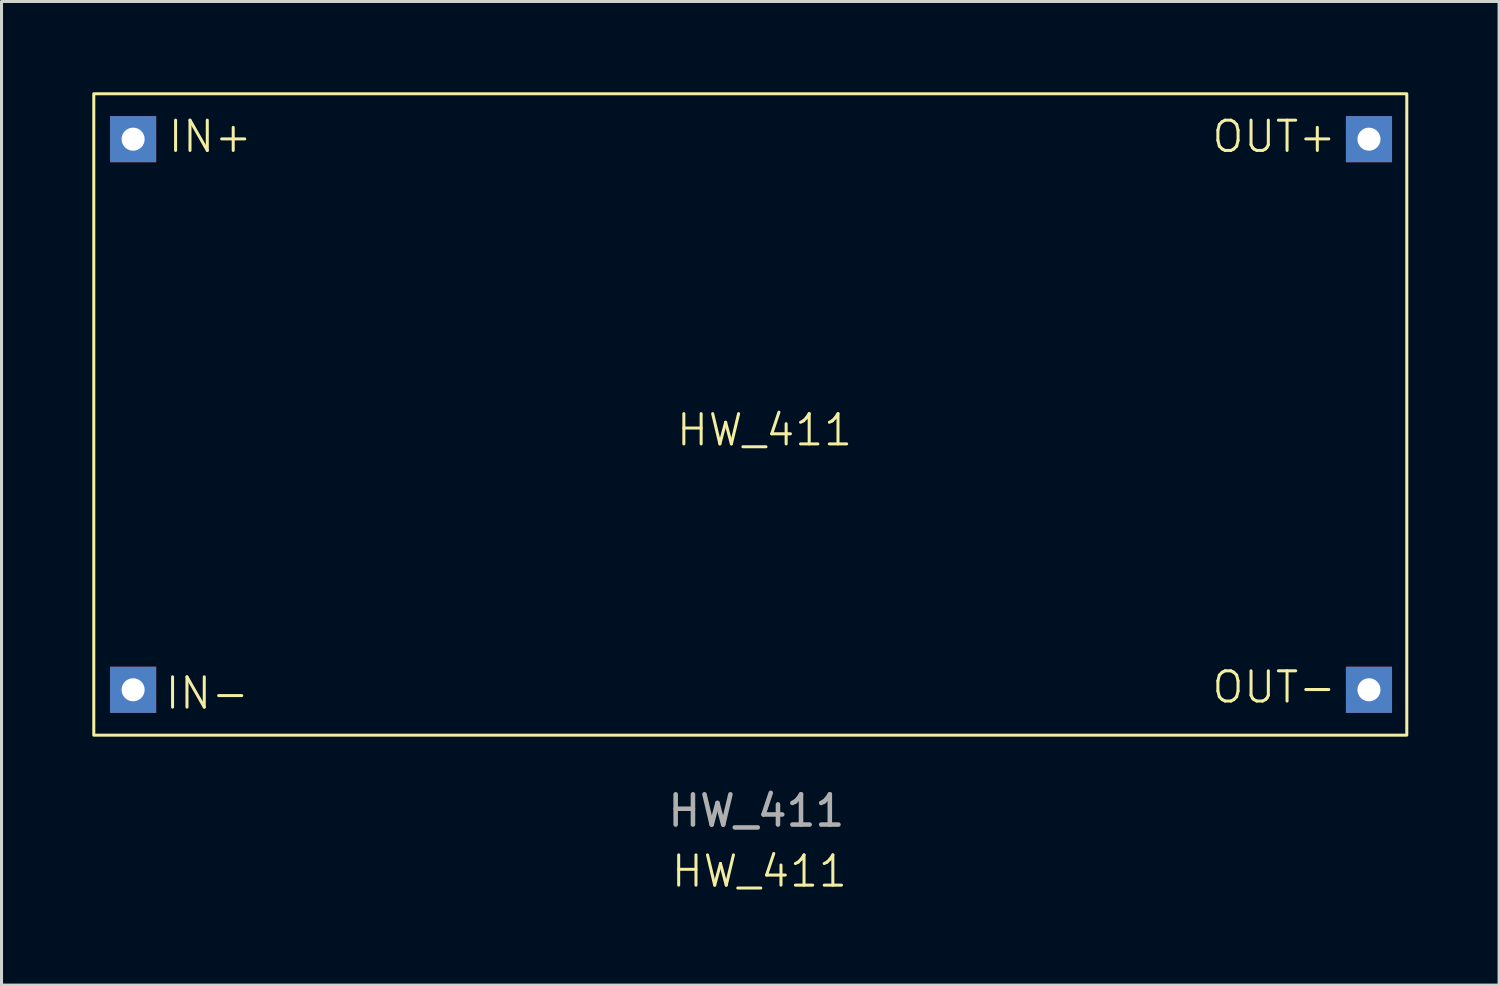
<source format=kicad_pcb>
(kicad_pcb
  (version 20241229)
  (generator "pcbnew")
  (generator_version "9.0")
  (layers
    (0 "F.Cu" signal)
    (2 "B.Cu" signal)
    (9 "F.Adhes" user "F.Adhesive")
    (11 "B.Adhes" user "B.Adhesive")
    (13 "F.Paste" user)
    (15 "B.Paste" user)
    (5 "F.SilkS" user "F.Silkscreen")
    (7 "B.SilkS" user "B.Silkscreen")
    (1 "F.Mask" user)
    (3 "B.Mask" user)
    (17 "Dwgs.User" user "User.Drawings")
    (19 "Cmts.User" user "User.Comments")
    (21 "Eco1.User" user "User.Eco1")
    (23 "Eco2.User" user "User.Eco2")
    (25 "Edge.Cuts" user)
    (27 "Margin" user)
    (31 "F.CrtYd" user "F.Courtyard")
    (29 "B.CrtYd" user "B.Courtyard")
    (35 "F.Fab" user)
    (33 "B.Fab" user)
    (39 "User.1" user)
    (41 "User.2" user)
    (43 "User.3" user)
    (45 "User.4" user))
  (footprint "HW_411"
    (layer "F.Cu")
    (at 21.95 21.25)
    (property "Reference" "HW_411" (at 0.1 4.5 0) (unlocked yes) (layer "F.SilkS") (effects (font (size 1 1) (thickness 0.1))))
    (attr through_hole)
    (fp_rect (start -21.9 -21.2) (end 21.5 0) (stroke (width 0.1) (type default)) (fill no) (layer "F.SilkS"))
    (fp_text user "IN+" (at -19.5 -19.2 0) (unlocked yes) (layer "F.SilkS") (effects (font (size 1 1) (thickness 0.1)) (justify left bottom)))
    (fp_text user "IN-" (at -19.6 -0.8 0) (unlocked yes) (layer "F.SilkS") (effects (font (size 1 1) (thickness 0.1)) (justify left bottom)))
    (fp_text user "OUT-" (at 15 -1 0) (unlocked yes) (layer "F.SilkS") (effects (font (size 1 1) (thickness 0.1)) (justify left bottom)))
    (fp_text user "OUT+" (at 15 -19.2 0) (unlocked yes) (layer "F.SilkS") (effects (font (size 1 1) (thickness 0.1)) (justify left bottom)))
    (fp_text user "HW_411" (at -2.7 -9.5 0) (unlocked yes) (layer "F.SilkS") (effects (font (size 1 1) (thickness 0.1)) (justify left bottom)))
    (fp_text user "${REFERENCE}" (at 0 2.5 0) (unlocked yes) (layer "F.Fab") (effects (font (size 1 1) (thickness 0.15))))
    (pad "1" thru_hole rect (at -20.6 -19.7) (size 1.524 1.524) (drill 0.762) (layers "*.Cu" "*.Mask"))
    (pad "2" thru_hole rect (at -20.6 -1.5) (size 1.524 1.524) (drill 0.762) (layers "*.Cu" "*.Mask"))
    (pad "3" thru_hole rect (at 20.25 -19.7) (size 1.524 1.524) (drill 0.762) (layers "*.Cu" "*.Mask"))
    (pad "4" thru_hole rect (at 20.25 -1.5) (size 1.524 1.524) (drill 0.762) (layers "*.Cu" "*.Mask")))
  (gr_rect
    (start -3 -3)
    (end 46.5 29.511)
    (stroke (width 0.1) (type default))
    (fill no)
    (layer "Edge.Cuts")))
</source>
